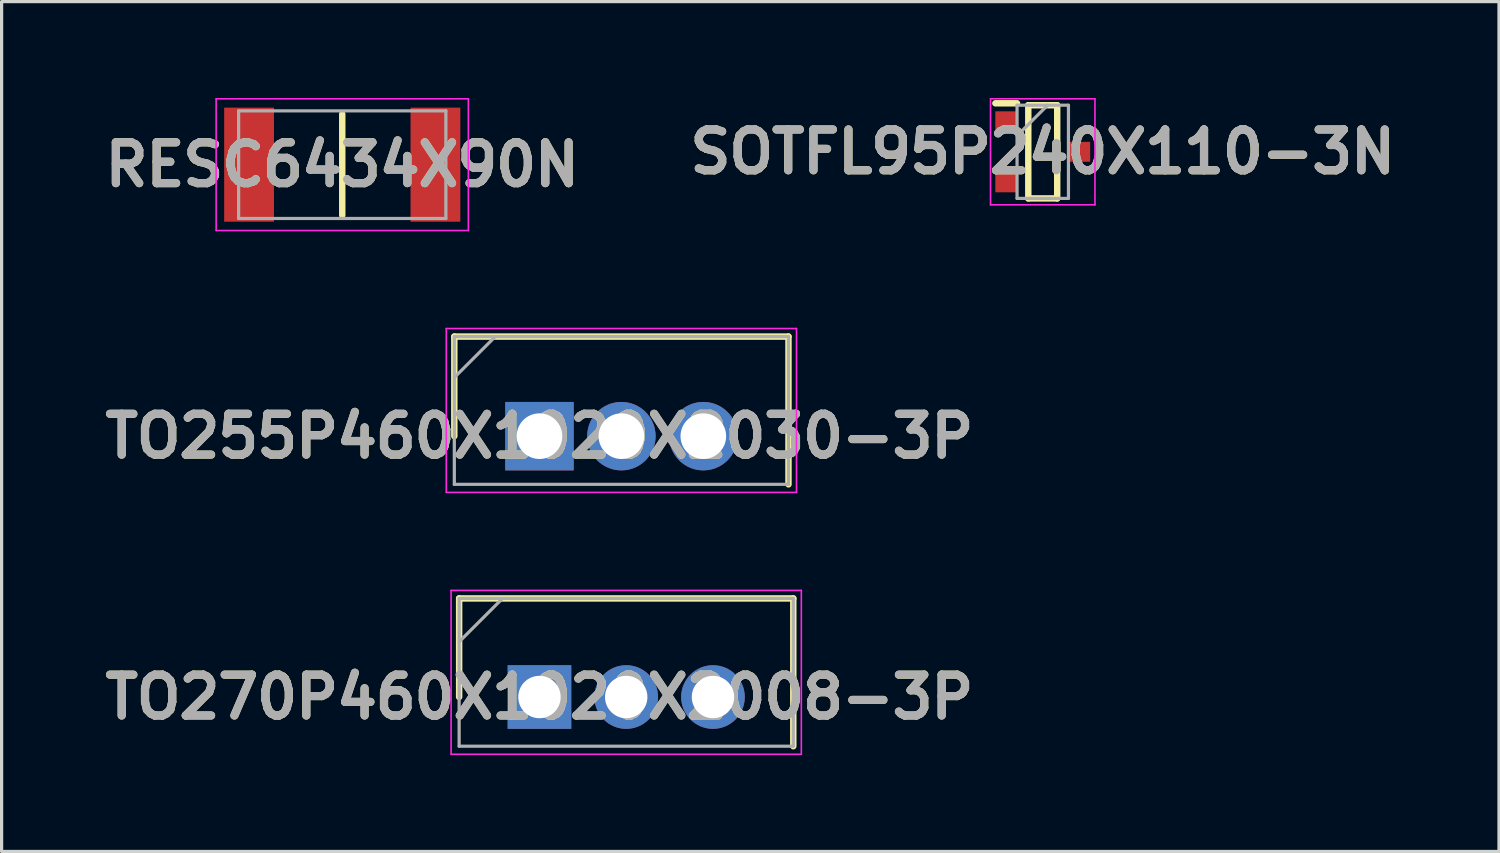
<source format=kicad_pcb>
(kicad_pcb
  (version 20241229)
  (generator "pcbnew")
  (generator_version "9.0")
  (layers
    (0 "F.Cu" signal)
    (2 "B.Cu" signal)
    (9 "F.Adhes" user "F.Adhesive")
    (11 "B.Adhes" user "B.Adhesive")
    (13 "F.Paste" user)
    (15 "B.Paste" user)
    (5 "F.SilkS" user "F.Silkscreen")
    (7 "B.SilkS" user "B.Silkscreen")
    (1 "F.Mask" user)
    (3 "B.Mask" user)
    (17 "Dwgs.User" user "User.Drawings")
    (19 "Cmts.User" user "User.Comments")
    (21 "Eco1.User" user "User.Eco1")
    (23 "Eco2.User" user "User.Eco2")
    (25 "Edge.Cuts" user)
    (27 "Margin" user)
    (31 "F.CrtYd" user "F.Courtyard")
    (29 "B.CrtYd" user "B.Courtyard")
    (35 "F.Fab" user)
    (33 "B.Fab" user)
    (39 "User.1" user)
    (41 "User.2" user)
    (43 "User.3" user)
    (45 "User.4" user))
  (footprint "TO270P460X1020X2008-3P"
    (layer "F.Cu")
    (at 13.74 18.644)
    (property "Reference" "TO270P460X1020X2008-3P" (at 0 0 0) (layer "F.SilkS") (effects (font (size 1.27 1.27) (thickness 0.254))))
    (attr through_hole)
    (fp_line (start -2.5 -3.069) (end -2.5 0) (stroke (width 0.2) (type solid)) (layer "F.SilkS"))
    (fp_line (start 7.9 -3.069) (end -2.5 -3.069) (stroke (width 0.2) (type solid)) (layer "F.SilkS"))
    (fp_line (start 7.9 1.531) (end 7.9 -3.069) (stroke (width 0.2) (type solid)) (layer "F.SilkS"))
    (fp_line (start -2.75 -3.319) (end 8.15 -3.319) (stroke (width 0.05) (type solid)) (layer "F.CrtYd"))
    (fp_line (start -2.75 1.781) (end -2.75 -3.319) (stroke (width 0.05) (type solid)) (layer "F.CrtYd"))
    (fp_line (start 8.15 -3.319) (end 8.15 1.781) (stroke (width 0.05) (type solid)) (layer "F.CrtYd"))
    (fp_line (start 8.15 1.781) (end -2.75 1.781) (stroke (width 0.05) (type solid)) (layer "F.CrtYd"))
    (fp_line (start -2.5 -3.069) (end 7.9 -3.069) (stroke (width 0.1) (type solid)) (layer "F.Fab"))
    (fp_line (start -2.5 -1.719) (end -1.15 -3.069) (stroke (width 0.1) (type solid)) (layer "F.Fab"))
    (fp_line (start -2.5 1.531) (end -2.5 -3.069) (stroke (width 0.1) (type solid)) (layer "F.Fab"))
    (fp_line (start 7.9 -3.069) (end 7.9 1.531) (stroke (width 0.1) (type solid)) (layer "F.Fab"))
    (fp_line (start 7.9 1.531) (end -2.5 1.531) (stroke (width 0.1) (type solid)) (layer "F.Fab"))
    (fp_text user "${REFERENCE}" (at 0 0 0) (layer "F.Fab") (effects (font (size 1.27 1.27) (thickness 0.254))))
    (pad "1" thru_hole rect (at 0 0) (size 1.98 1.98) (drill 1.32) (layers "*.Cu" "*.Mask"))
    (pad "2" thru_hole circle (at 2.7 0) (size 1.98 1.98) (drill 1.32) (layers "*.Cu" "*.Mask"))
    (pad "3" thru_hole circle (at 5.4 0) (size 1.98 1.98) (drill 1.32) (layers "*.Cu" "*.Mask")))
  (footprint "RESC6434X90N"
    (layer "F.Cu")
    (at 7.602 2.075)
    (property "Reference" "RESC6434X90N" (at 0 0 0) (layer "F.SilkS") (effects (font (size 1.27 1.27) (thickness 0.254))))
    (attr smd)
    (fp_line (start 0 -1.575) (end 0 1.575) (stroke (width 0.2) (type solid)) (layer "F.SilkS"))
    (fp_line (start -3.925 -2.05) (end 3.925 -2.05) (stroke (width 0.05) (type solid)) (layer "F.CrtYd"))
    (fp_line (start -3.925 2.05) (end -3.925 -2.05) (stroke (width 0.05) (type solid)) (layer "F.CrtYd"))
    (fp_line (start 3.925 -2.05) (end 3.925 2.05) (stroke (width 0.05) (type solid)) (layer "F.CrtYd"))
    (fp_line (start 3.925 2.05) (end -3.925 2.05) (stroke (width 0.05) (type solid)) (layer "F.CrtYd"))
    (fp_line (start -3.225 -1.675) (end 3.225 -1.675) (stroke (width 0.1) (type solid)) (layer "F.Fab"))
    (fp_line (start -3.225 1.675) (end -3.225 -1.675) (stroke (width 0.1) (type solid)) (layer "F.Fab"))
    (fp_line (start 3.225 -1.675) (end 3.225 1.675) (stroke (width 0.1) (type solid)) (layer "F.Fab"))
    (fp_line (start 3.225 1.675) (end -3.225 1.675) (stroke (width 0.1) (type solid)) (layer "F.Fab"))
    (fp_text user "${REFERENCE}" (at 0 0 0) (layer "F.Fab") (effects (font (size 1.27 1.27) (thickness 0.254))))
    (pad "1" smd rect (at -2.9 0) (size 1.55 3.55) (layers "F.Cu" "F.Mask" "F.Paste"))
    (pad "2" smd rect (at 2.9 0) (size 1.55 3.55) (layers "F.Cu" "F.Mask" "F.Paste")))
  (footprint "SOTFL95P240X110-3N"
    (layer "F.Cu")
    (at 29.404 1.675)
    (property "Reference" "SOTFL95P240X110-3N" (at 0 0 0) (layer "F.SilkS") (effects (font (size 1.27 1.27) (thickness 0.254))))
    (attr smd)
    (fp_line (start -1.475 -1.51) (end -0.8 -1.51) (stroke (width 0.2) (type solid)) (layer "F.SilkS"))
    (fp_line (start -0.45 -1.45) (end 0.45 -1.45) (stroke (width 0.2) (type solid)) (layer "F.SilkS"))
    (fp_line (start -0.45 1.45) (end -0.45 -1.45) (stroke (width 0.2) (type solid)) (layer "F.SilkS"))
    (fp_line (start 0.45 -1.45) (end 0.45 1.45) (stroke (width 0.2) (type solid)) (layer "F.SilkS"))
    (fp_line (start 0.45 1.45) (end -0.45 1.45) (stroke (width 0.2) (type solid)) (layer "F.SilkS"))
    (fp_line (start -1.625 -1.65) (end 1.625 -1.65) (stroke (width 0.05) (type solid)) (layer "F.CrtYd"))
    (fp_line (start -1.625 1.65) (end -1.625 -1.65) (stroke (width 0.05) (type solid)) (layer "F.CrtYd"))
    (fp_line (start 1.625 -1.65) (end 1.625 1.65) (stroke (width 0.05) (type solid)) (layer "F.CrtYd"))
    (fp_line (start 1.625 1.65) (end -1.625 1.65) (stroke (width 0.05) (type solid)) (layer "F.CrtYd"))
    (fp_line (start -0.8 -1.45) (end 0.8 -1.45) (stroke (width 0.1) (type solid)) (layer "F.Fab"))
    (fp_line (start -0.8 -0.5) (end 0.15 -1.45) (stroke (width 0.1) (type solid)) (layer "F.Fab"))
    (fp_line (start -0.8 1.45) (end -0.8 -1.45) (stroke (width 0.1) (type solid)) (layer "F.Fab"))
    (fp_line (start 0.8 -1.45) (end 0.8 1.45) (stroke (width 0.1) (type solid)) (layer "F.Fab"))
    (fp_line (start 0.8 1.45) (end -0.8 1.45) (stroke (width 0.1) (type solid)) (layer "F.Fab"))
    (fp_text user "${REFERENCE}" (at 0 0 0) (layer "F.Fab") (effects (font (size 1.27 1.27) (thickness 0.254))))
    (pad "1" smd rect (at -1.138 -0.95 90) (size 0.62 0.675) (layers "F.Cu" "F.Mask" "F.Paste"))
    (pad "2" smd rect (at -1.138 0.95 90) (size 0.62 0.675) (layers "F.Cu" "F.Mask" "F.Paste"))
    (pad "3" smd rect (at 1.138 0 90) (size 0.62 0.675) (layers "F.Cu" "F.Mask" "F.Paste")))
  (footprint "TO255P460X1020X2030-3P"
    (layer "F.Cu")
    (at 13.74 10.525)
    (property "Reference" "TO255P460X1020X2030-3P" (at 0 0 0) (layer "F.SilkS") (effects (font (size 1.27 1.27) (thickness 0.254))))
    (attr through_hole)
    (fp_line (start -2.65 -3.1) (end -2.65 0) (stroke (width 0.2) (type solid)) (layer "F.SilkS"))
    (fp_line (start 7.75 -3.1) (end -2.65 -3.1) (stroke (width 0.2) (type solid)) (layer "F.SilkS"))
    (fp_line (start 7.75 1.5) (end 7.75 -3.1) (stroke (width 0.2) (type solid)) (layer "F.SilkS"))
    (fp_line (start -2.9 -3.35) (end 8 -3.35) (stroke (width 0.05) (type solid)) (layer "F.CrtYd"))
    (fp_line (start -2.9 1.75) (end -2.9 -3.35) (stroke (width 0.05) (type solid)) (layer "F.CrtYd"))
    (fp_line (start 8 -3.35) (end 8 1.75) (stroke (width 0.05) (type solid)) (layer "F.CrtYd"))
    (fp_line (start 8 1.75) (end -2.9 1.75) (stroke (width 0.05) (type solid)) (layer "F.CrtYd"))
    (fp_line (start -2.65 -3.1) (end 7.75 -3.1) (stroke (width 0.1) (type solid)) (layer "F.Fab"))
    (fp_line (start -2.65 -1.825) (end -1.375 -3.1) (stroke (width 0.1) (type solid)) (layer "F.Fab"))
    (fp_line (start -2.65 1.5) (end -2.65 -3.1) (stroke (width 0.1) (type solid)) (layer "F.Fab"))
    (fp_line (start 7.75 -3.1) (end 7.75 1.5) (stroke (width 0.1) (type solid)) (layer "F.Fab"))
    (fp_line (start 7.75 1.5) (end -2.65 1.5) (stroke (width 0.1) (type solid)) (layer "F.Fab"))
    (fp_text user "${REFERENCE}" (at 0 0 0) (layer "F.Fab") (effects (font (size 1.27 1.27) (thickness 0.254))))
    (pad "1" thru_hole rect (at 0 0) (size 2.13 2.13) (drill 1.42) (layers "*.Cu" "*.Mask"))
    (pad "2" thru_hole circle (at 2.55 0) (size 2.13 2.13) (drill 1.42) (layers "*.Cu" "*.Mask"))
    (pad "3" thru_hole circle (at 5.1 0) (size 2.13 2.13) (drill 1.42) (layers "*.Cu" "*.Mask")))
  (gr_rect
    (start -3 -3)
    (end 43.604 23.45)
    (stroke (width 0.1) (type default))
    (fill no)
    (layer "Edge.Cuts")))
</source>
